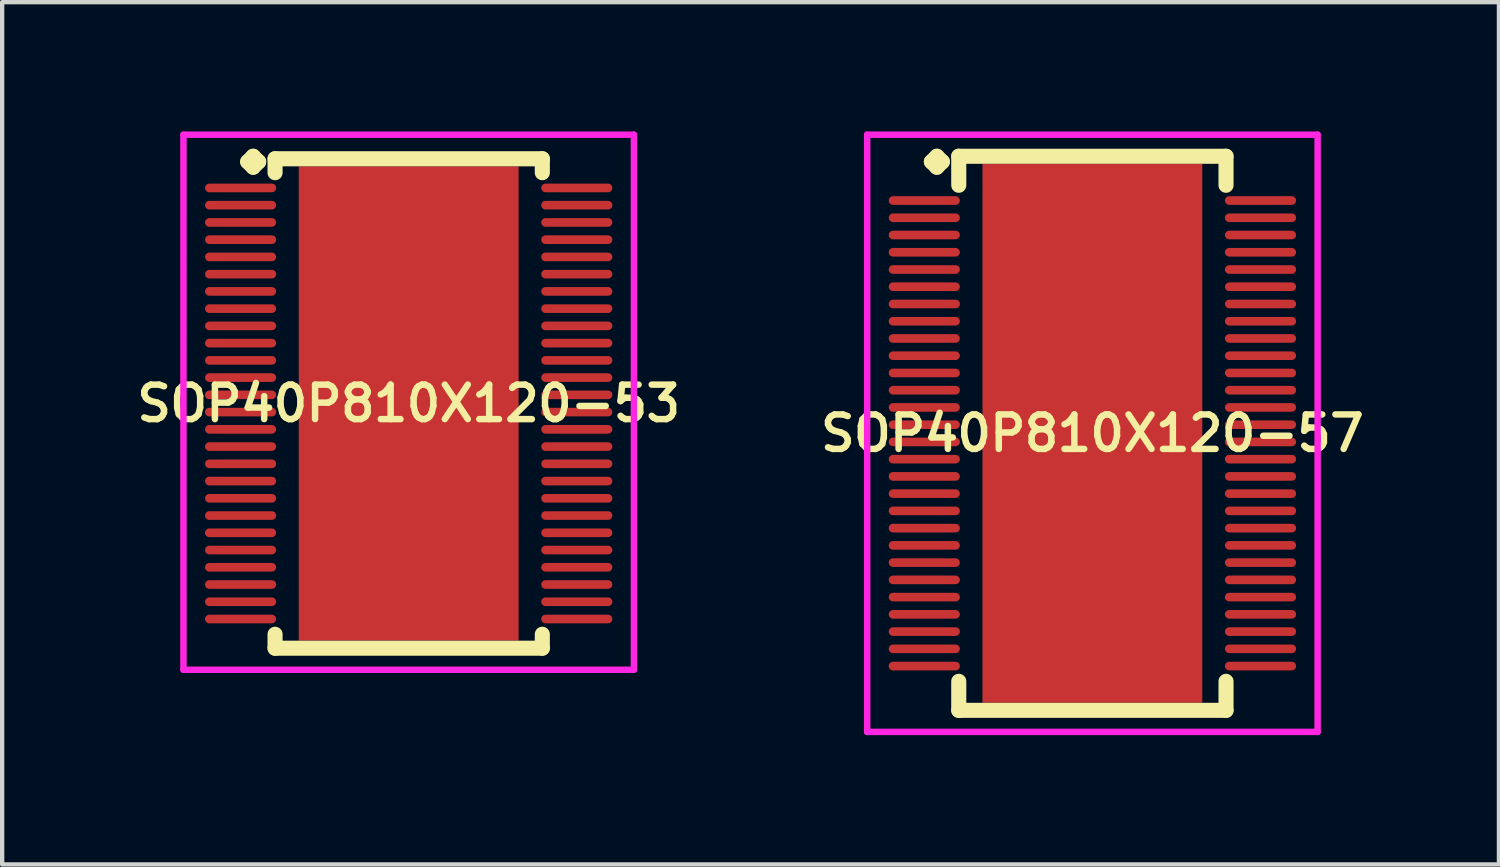
<source format=kicad_pcb>
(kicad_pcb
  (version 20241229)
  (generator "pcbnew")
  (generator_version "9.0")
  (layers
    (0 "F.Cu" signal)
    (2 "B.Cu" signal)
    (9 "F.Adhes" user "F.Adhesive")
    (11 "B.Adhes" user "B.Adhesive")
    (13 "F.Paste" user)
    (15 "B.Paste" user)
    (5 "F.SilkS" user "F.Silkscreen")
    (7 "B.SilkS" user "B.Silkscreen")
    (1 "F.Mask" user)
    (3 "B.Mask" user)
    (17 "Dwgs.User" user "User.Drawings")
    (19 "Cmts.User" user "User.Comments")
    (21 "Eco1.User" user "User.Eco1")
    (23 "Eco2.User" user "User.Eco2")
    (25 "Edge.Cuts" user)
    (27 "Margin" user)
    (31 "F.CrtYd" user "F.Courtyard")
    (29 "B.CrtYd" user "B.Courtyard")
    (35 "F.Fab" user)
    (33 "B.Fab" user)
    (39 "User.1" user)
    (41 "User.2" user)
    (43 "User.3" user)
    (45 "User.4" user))
  (footprint "SOP40P810X120-57"
    (layer "F.Cu")
    (at 22.292 7.002)
    (property "Reference" "SOP40P810X120-57" (at 0 0 0) (layer "F.SilkS") (effects (font (size 0.8 0.8) (thickness 0.15))))
    (attr smd)
    (fp_line (start -3.735 -6.3) (end -3.608 -6.427) (stroke (width 0.35) (type solid)) (layer "F.SilkS"))
    (fp_line (start -3.608 -6.427) (end -3.481 -6.3) (stroke (width 0.35) (type solid)) (layer "F.SilkS"))
    (fp_line (start -3.608 -6.173) (end -3.735 -6.3) (stroke (width 0.35) (type solid)) (layer "F.SilkS"))
    (fp_line (start -3.481 -6.3) (end -3.608 -6.173) (stroke (width 0.35) (type solid)) (layer "F.SilkS"))
    (fp_line (start -3.1 -6.427) (end 3.1 -6.427) (stroke (width 0.35) (type solid)) (layer "F.SilkS"))
    (fp_line (start -3.1 -5.754) (end -3.1 -6.427) (stroke (width 0.35) (type solid)) (layer "F.SilkS"))
    (fp_line (start -3.1 5.754) (end -3.1 6.427) (stroke (width 0.35) (type solid)) (layer "F.SilkS"))
    (fp_line (start -3.1 6.427) (end 3.1 6.427) (stroke (width 0.35) (type solid)) (layer "F.SilkS"))
    (fp_line (start 3.1 -6.427) (end 3.1 -5.754) (stroke (width 0.35) (type solid)) (layer "F.SilkS"))
    (fp_line (start 3.1 6.427) (end 3.1 5.754) (stroke (width 0.35) (type solid)) (layer "F.SilkS"))
    (fp_line (start -5.225 -6.927) (end 5.225 -6.927) (stroke (width 0.15) (type solid)) (layer "F.CrtYd"))
    (fp_line (start -5.225 6.927) (end -5.225 -6.927) (stroke (width 0.15) (type solid)) (layer "F.CrtYd"))
    (fp_line (start 5.225 -6.927) (end 5.225 6.927) (stroke (width 0.15) (type solid)) (layer "F.CrtYd"))
    (fp_line (start 5.225 6.927) (end -5.225 6.927) (stroke (width 0.15) (type solid)) (layer "F.CrtYd"))
    (pad "1" smd oval (at -3.9 -5.4) (size 1.65 0.2) (layers "F.Cu" "F.Mask" "F.Paste"))
    (pad "2" smd oval (at -3.9 -5) (size 1.65 0.2) (layers "F.Cu" "F.Mask" "F.Paste"))
    (pad "3" smd oval (at -3.9 -4.6) (size 1.65 0.2) (layers "F.Cu" "F.Mask" "F.Paste"))
    (pad "4" smd oval (at -3.9 -4.2) (size 1.65 0.2) (layers "F.Cu" "F.Mask" "F.Paste"))
    (pad "5" smd oval (at -3.9 -3.8) (size 1.65 0.2) (layers "F.Cu" "F.Mask" "F.Paste"))
    (pad "6" smd oval (at -3.9 -3.4) (size 1.65 0.2) (layers "F.Cu" "F.Mask" "F.Paste"))
    (pad "7" smd oval (at -3.9 -3) (size 1.65 0.2) (layers "F.Cu" "F.Mask" "F.Paste"))
    (pad "8" smd oval (at -3.9 -2.6) (size 1.65 0.2) (layers "F.Cu" "F.Mask" "F.Paste"))
    (pad "9" smd oval (at -3.9 -2.2) (size 1.65 0.2) (layers "F.Cu" "F.Mask" "F.Paste"))
    (pad "10" smd oval (at -3.9 -1.8) (size 1.65 0.2) (layers "F.Cu" "F.Mask" "F.Paste"))
    (pad "11" smd oval (at -3.9 -1.4) (size 1.65 0.2) (layers "F.Cu" "F.Mask" "F.Paste"))
    (pad "12" smd oval (at -3.9 -1) (size 1.65 0.2) (layers "F.Cu" "F.Mask" "F.Paste"))
    (pad "13" smd oval (at -3.9 -0.6) (size 1.65 0.2) (layers "F.Cu" "F.Mask" "F.Paste"))
    (pad "14" smd oval (at -3.9 -0.2) (size 1.65 0.2) (layers "F.Cu" "F.Mask" "F.Paste"))
    (pad "15" smd oval (at -3.9 0.2) (size 1.65 0.2) (layers "F.Cu" "F.Mask" "F.Paste"))
    (pad "16" smd oval (at -3.9 0.6) (size 1.65 0.2) (layers "F.Cu" "F.Mask" "F.Paste"))
    (pad "17" smd oval (at -3.9 1) (size 1.65 0.2) (layers "F.Cu" "F.Mask" "F.Paste"))
    (pad "18" smd oval (at -3.9 1.4) (size 1.65 0.2) (layers "F.Cu" "F.Mask" "F.Paste"))
    (pad "19" smd oval (at -3.9 1.8) (size 1.65 0.2) (layers "F.Cu" "F.Mask" "F.Paste"))
    (pad "20" smd oval (at -3.9 2.2) (size 1.65 0.2) (layers "F.Cu" "F.Mask" "F.Paste"))
    (pad "21" smd oval (at -3.9 2.6) (size 1.65 0.2) (layers "F.Cu" "F.Mask" "F.Paste"))
    (pad "22" smd oval (at -3.9 3) (size 1.65 0.2) (layers "F.Cu" "F.Mask" "F.Paste"))
    (pad "23" smd oval (at -3.9 3.4) (size 1.65 0.2) (layers "F.Cu" "F.Mask" "F.Paste"))
    (pad "24" smd oval (at -3.9 3.8) (size 1.65 0.2) (layers "F.Cu" "F.Mask" "F.Paste"))
    (pad "25" smd oval (at -3.9 4.2) (size 1.65 0.2) (layers "F.Cu" "F.Mask" "F.Paste"))
    (pad "26" smd oval (at -3.9 4.6) (size 1.65 0.2) (layers "F.Cu" "F.Mask" "F.Paste"))
    (pad "27" smd oval (at -3.9 5) (size 1.65 0.2) (layers "F.Cu" "F.Mask" "F.Paste"))
    (pad "28" smd oval (at -3.9 5.4) (size 1.65 0.2) (layers "F.Cu" "F.Mask" "F.Paste"))
    (pad "29" smd oval (at 3.9 5.4) (size 1.65 0.2) (layers "F.Cu" "F.Mask" "F.Paste"))
    (pad "30" smd oval (at 3.9 5) (size 1.65 0.2) (layers "F.Cu" "F.Mask" "F.Paste"))
    (pad "31" smd oval (at 3.9 4.6) (size 1.65 0.2) (layers "F.Cu" "F.Mask" "F.Paste"))
    (pad "32" smd oval (at 3.9 4.2) (size 1.65 0.2) (layers "F.Cu" "F.Mask" "F.Paste"))
    (pad "33" smd oval (at 3.9 3.8) (size 1.65 0.2) (layers "F.Cu" "F.Mask" "F.Paste"))
    (pad "34" smd oval (at 3.9 3.4) (size 1.65 0.2) (layers "F.Cu" "F.Mask" "F.Paste"))
    (pad "35" smd oval (at 3.9 3) (size 1.65 0.2) (layers "F.Cu" "F.Mask" "F.Paste"))
    (pad "36" smd oval (at 3.9 2.6) (size 1.65 0.2) (layers "F.Cu" "F.Mask" "F.Paste"))
    (pad "37" smd oval (at 3.9 2.2) (size 1.65 0.2) (layers "F.Cu" "F.Mask" "F.Paste"))
    (pad "38" smd oval (at 3.9 1.8) (size 1.65 0.2) (layers "F.Cu" "F.Mask" "F.Paste"))
    (pad "39" smd oval (at 3.9 1.4) (size 1.65 0.2) (layers "F.Cu" "F.Mask" "F.Paste"))
    (pad "40" smd oval (at 3.9 1) (size 1.65 0.2) (layers "F.Cu" "F.Mask" "F.Paste"))
    (pad "41" smd oval (at 3.9 0.6) (size 1.65 0.2) (layers "F.Cu" "F.Mask" "F.Paste"))
    (pad "42" smd oval (at 3.9 0.2) (size 1.65 0.2) (layers "F.Cu" "F.Mask" "F.Paste"))
    (pad "43" smd oval (at 3.9 -0.2) (size 1.65 0.2) (layers "F.Cu" "F.Mask" "F.Paste"))
    (pad "44" smd oval (at 3.9 -0.6) (size 1.65 0.2) (layers "F.Cu" "F.Mask" "F.Paste"))
    (pad "45" smd oval (at 3.9 -1) (size 1.65 0.2) (layers "F.Cu" "F.Mask" "F.Paste"))
    (pad "46" smd oval (at 3.9 -1.4) (size 1.65 0.2) (layers "F.Cu" "F.Mask" "F.Paste"))
    (pad "47" smd oval (at 3.9 -1.8) (size 1.65 0.2) (layers "F.Cu" "F.Mask" "F.Paste"))
    (pad "48" smd oval (at 3.9 -2.2) (size 1.65 0.2) (layers "F.Cu" "F.Mask" "F.Paste"))
    (pad "49" smd oval (at 3.9 -2.6) (size 1.65 0.2) (layers "F.Cu" "F.Mask" "F.Paste"))
    (pad "50" smd oval (at 3.9 -3) (size 1.65 0.2) (layers "F.Cu" "F.Mask" "F.Paste"))
    (pad "51" smd oval (at 3.9 -3.4) (size 1.65 0.2) (layers "F.Cu" "F.Mask" "F.Paste"))
    (pad "52" smd oval (at 3.9 -3.8) (size 1.65 0.2) (layers "F.Cu" "F.Mask" "F.Paste"))
    (pad "53" smd oval (at 3.9 -4.2) (size 1.65 0.2) (layers "F.Cu" "F.Mask" "F.Paste"))
    (pad "54" smd oval (at 3.9 -4.6) (size 1.65 0.2) (layers "F.Cu" "F.Mask" "F.Paste"))
    (pad "55" smd oval (at 3.9 -5) (size 1.65 0.2) (layers "F.Cu" "F.Mask" "F.Paste"))
    (pad "56" smd oval (at 3.9 -5.4) (size 1.65 0.2) (layers "F.Cu" "F.Mask" "F.Paste"))
    (pad "57" smd rect (at 0 0) (size 5.1 12.5) (layers "F.Cu" "F.Mask" "F.Paste")))
  (footprint "SOP40P810X120-53"
    (layer "F.Cu")
    (at 6.431 6.31)
    (property "Reference" "SOP40P810X120-53" (at 0 0 0) (layer "F.SilkS") (effects (font (size 0.8 0.8) (thickness 0.15))))
    (attr through_hole)
    (fp_line (start -3.735 -5.608) (end -3.608 -5.735) (stroke (width 0.35) (type solid)) (layer "F.SilkS"))
    (fp_line (start -3.608 -5.735) (end -3.481 -5.608) (stroke (width 0.35) (type solid)) (layer "F.SilkS"))
    (fp_line (start -3.608 -5.481) (end -3.735 -5.608) (stroke (width 0.35) (type solid)) (layer "F.SilkS"))
    (fp_line (start -3.481 -5.608) (end -3.608 -5.481) (stroke (width 0.35) (type solid)) (layer "F.SilkS"))
    (fp_line (start -3.1 -5.677) (end 3.1 -5.677) (stroke (width 0.35) (type solid)) (layer "F.SilkS"))
    (fp_line (start -3.1 -5.354) (end -3.1 -5.677) (stroke (width 0.35) (type solid)) (layer "F.SilkS"))
    (fp_line (start -3.1 5.354) (end -3.1 5.677) (stroke (width 0.35) (type solid)) (layer "F.SilkS"))
    (fp_line (start -3.1 5.677) (end 3.1 5.677) (stroke (width 0.35) (type solid)) (layer "F.SilkS"))
    (fp_line (start 3.1 -5.677) (end 3.1 -5.354) (stroke (width 0.35) (type solid)) (layer "F.SilkS"))
    (fp_line (start 3.1 5.677) (end 3.1 5.354) (stroke (width 0.35) (type solid)) (layer "F.SilkS"))
    (fp_line (start -5.225 -6.235) (end 5.225 -6.235) (stroke (width 0.15) (type solid)) (layer "F.CrtYd"))
    (fp_line (start -5.225 6.177) (end -5.225 -6.235) (stroke (width 0.15) (type solid)) (layer "F.CrtYd"))
    (fp_line (start 5.225 -6.235) (end 5.225 6.177) (stroke (width 0.15) (type solid)) (layer "F.CrtYd"))
    (fp_line (start 5.225 6.177) (end -5.225 6.177) (stroke (width 0.15) (type solid)) (layer "F.CrtYd"))
    (pad "1" smd oval (at -3.9 -5) (size 1.65 0.2) (layers "F.Cu" "F.Mask" "F.Paste"))
    (pad "2" smd oval (at -3.9 -4.6) (size 1.65 0.2) (layers "F.Cu" "F.Mask" "F.Paste"))
    (pad "3" smd oval (at -3.9 -4.2) (size 1.65 0.2) (layers "F.Cu" "F.Mask" "F.Paste"))
    (pad "4" smd oval (at -3.9 -3.8) (size 1.65 0.2) (layers "F.Cu" "F.Mask" "F.Paste"))
    (pad "5" smd oval (at -3.9 -3.4) (size 1.65 0.2) (layers "F.Cu" "F.Mask" "F.Paste"))
    (pad "6" smd oval (at -3.9 -3) (size 1.65 0.2) (layers "F.Cu" "F.Mask" "F.Paste"))
    (pad "7" smd oval (at -3.9 -2.6) (size 1.65 0.2) (layers "F.Cu" "F.Mask" "F.Paste"))
    (pad "8" smd oval (at -3.9 -2.2) (size 1.65 0.2) (layers "F.Cu" "F.Mask" "F.Paste"))
    (pad "9" smd oval (at -3.9 -1.8) (size 1.65 0.2) (layers "F.Cu" "F.Mask" "F.Paste"))
    (pad "10" smd oval (at -3.9 -1.4) (size 1.65 0.2) (layers "F.Cu" "F.Mask" "F.Paste"))
    (pad "11" smd oval (at -3.9 -1) (size 1.65 0.2) (layers "F.Cu" "F.Mask" "F.Paste"))
    (pad "12" smd oval (at -3.9 -0.6) (size 1.65 0.2) (layers "F.Cu" "F.Mask" "F.Paste"))
    (pad "13" smd oval (at -3.9 -0.2) (size 1.65 0.2) (layers "F.Cu" "F.Mask" "F.Paste"))
    (pad "14" smd oval (at -3.9 0.2) (size 1.65 0.2) (layers "F.Cu" "F.Mask" "F.Paste"))
    (pad "15" smd oval (at -3.9 0.6) (size 1.65 0.2) (layers "F.Cu" "F.Mask" "F.Paste"))
    (pad "16" smd oval (at -3.9 1) (size 1.65 0.2) (layers "F.Cu" "F.Mask" "F.Paste"))
    (pad "17" smd oval (at -3.9 1.4) (size 1.65 0.2) (layers "F.Cu" "F.Mask" "F.Paste"))
    (pad "18" smd oval (at -3.9 1.8) (size 1.65 0.2) (layers "F.Cu" "F.Mask" "F.Paste"))
    (pad "19" smd oval (at -3.9 2.2) (size 1.65 0.2) (layers "F.Cu" "F.Mask" "F.Paste"))
    (pad "20" smd oval (at -3.9 2.6) (size 1.65 0.2) (layers "F.Cu" "F.Mask" "F.Paste"))
    (pad "21" smd oval (at -3.9 3) (size 1.65 0.2) (layers "F.Cu" "F.Mask" "F.Paste"))
    (pad "22" smd oval (at -3.9 3.4) (size 1.65 0.2) (layers "F.Cu" "F.Mask" "F.Paste"))
    (pad "23" smd oval (at -3.9 3.8) (size 1.65 0.2) (layers "F.Cu" "F.Mask" "F.Paste"))
    (pad "24" smd oval (at -3.9 4.2) (size 1.65 0.2) (layers "F.Cu" "F.Mask" "F.Paste"))
    (pad "25" smd oval (at -3.9 4.6) (size 1.65 0.2) (layers "F.Cu" "F.Mask" "F.Paste"))
    (pad "26" smd oval (at -3.9 5) (size 1.65 0.2) (layers "F.Cu" "F.Mask" "F.Paste"))
    (pad "27" smd oval (at 3.9 5) (size 1.65 0.2) (layers "F.Cu" "F.Mask" "F.Paste"))
    (pad "28" smd oval (at 3.9 4.6) (size 1.65 0.2) (layers "F.Cu" "F.Mask" "F.Paste"))
    (pad "29" smd oval (at 3.9 4.2) (size 1.65 0.2) (layers "F.Cu" "F.Mask" "F.Paste"))
    (pad "30" smd oval (at 3.9 3.8) (size 1.65 0.2) (layers "F.Cu" "F.Mask" "F.Paste"))
    (pad "31" smd oval (at 3.9 3.4) (size 1.65 0.2) (layers "F.Cu" "F.Mask" "F.Paste"))
    (pad "32" smd oval (at 3.9 3) (size 1.65 0.2) (layers "F.Cu" "F.Mask" "F.Paste"))
    (pad "33" smd oval (at 3.9 2.6) (size 1.65 0.2) (layers "F.Cu" "F.Mask" "F.Paste"))
    (pad "34" smd oval (at 3.9 2.2) (size 1.65 0.2) (layers "F.Cu" "F.Mask" "F.Paste"))
    (pad "35" smd oval (at 3.9 1.8) (size 1.65 0.2) (layers "F.Cu" "F.Mask" "F.Paste"))
    (pad "36" smd oval (at 3.9 1.4) (size 1.65 0.2) (layers "F.Cu" "F.Mask" "F.Paste"))
    (pad "37" smd oval (at 3.9 1) (size 1.65 0.2) (layers "F.Cu" "F.Mask" "F.Paste"))
    (pad "38" smd oval (at 3.9 0.6) (size 1.65 0.2) (layers "F.Cu" "F.Mask" "F.Paste"))
    (pad "39" smd oval (at 3.9 0.2) (size 1.65 0.2) (layers "F.Cu" "F.Mask" "F.Paste"))
    (pad "40" smd oval (at 3.9 -0.2) (size 1.65 0.2) (layers "F.Cu" "F.Mask" "F.Paste"))
    (pad "41" smd oval (at 3.9 -0.6) (size 1.65 0.2) (layers "F.Cu" "F.Mask" "F.Paste"))
    (pad "42" smd oval (at 3.9 -1) (size 1.65 0.2) (layers "F.Cu" "F.Mask" "F.Paste"))
    (pad "43" smd oval (at 3.9 -1.4) (size 1.65 0.2) (layers "F.Cu" "F.Mask" "F.Paste"))
    (pad "44" smd oval (at 3.9 -1.8) (size 1.65 0.2) (layers "F.Cu" "F.Mask" "F.Paste"))
    (pad "45" smd oval (at 3.9 -2.2) (size 1.65 0.2) (layers "F.Cu" "F.Mask" "F.Paste"))
    (pad "46" smd oval (at 3.9 -2.6) (size 1.65 0.2) (layers "F.Cu" "F.Mask" "F.Paste"))
    (pad "47" smd oval (at 3.9 -3) (size 1.65 0.2) (layers "F.Cu" "F.Mask" "F.Paste"))
    (pad "48" smd oval (at 3.9 -3.4) (size 1.65 0.2) (layers "F.Cu" "F.Mask" "F.Paste"))
    (pad "49" smd oval (at 3.9 -3.8) (size 1.65 0.2) (layers "F.Cu" "F.Mask" "F.Paste"))
    (pad "50" smd oval (at 3.9 -4.2) (size 1.65 0.2) (layers "F.Cu" "F.Mask" "F.Paste"))
    (pad "51" smd oval (at 3.9 -4.6) (size 1.65 0.2) (layers "F.Cu" "F.Mask" "F.Paste"))
    (pad "52" smd oval (at 3.9 -5) (size 1.65 0.2) (layers "F.Cu" "F.Mask" "F.Paste"))
    (pad "53" smd rect (at 0 0) (size 5.1 11) (layers "F.Cu" "F.Mask" "F.Paste")))
  (gr_rect
    (start -3 -3)
    (end 31.723 17.004)
    (stroke (width 0.1) (type default))
    (fill no)
    (layer "Edge.Cuts")))
</source>
